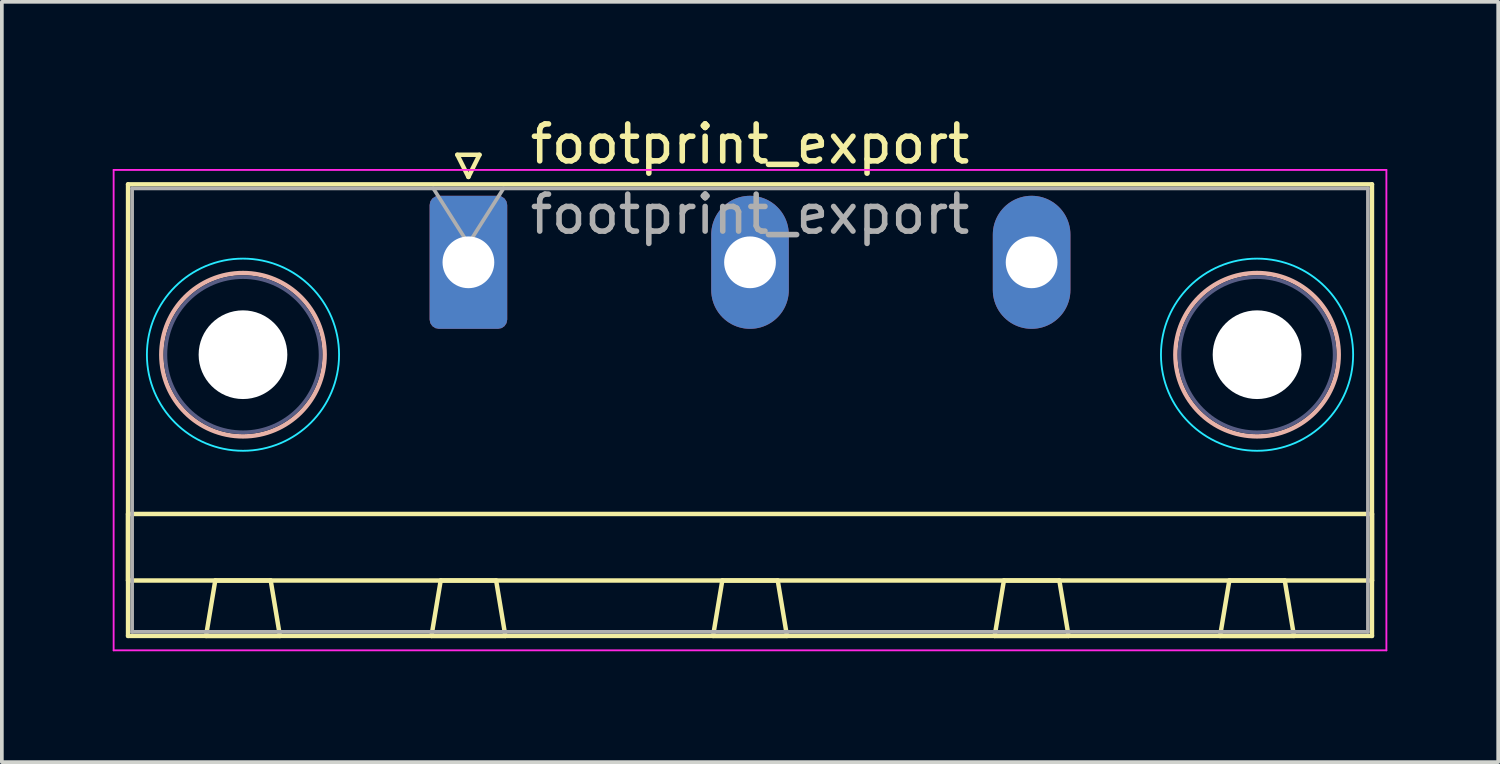
<source format=kicad_pcb>
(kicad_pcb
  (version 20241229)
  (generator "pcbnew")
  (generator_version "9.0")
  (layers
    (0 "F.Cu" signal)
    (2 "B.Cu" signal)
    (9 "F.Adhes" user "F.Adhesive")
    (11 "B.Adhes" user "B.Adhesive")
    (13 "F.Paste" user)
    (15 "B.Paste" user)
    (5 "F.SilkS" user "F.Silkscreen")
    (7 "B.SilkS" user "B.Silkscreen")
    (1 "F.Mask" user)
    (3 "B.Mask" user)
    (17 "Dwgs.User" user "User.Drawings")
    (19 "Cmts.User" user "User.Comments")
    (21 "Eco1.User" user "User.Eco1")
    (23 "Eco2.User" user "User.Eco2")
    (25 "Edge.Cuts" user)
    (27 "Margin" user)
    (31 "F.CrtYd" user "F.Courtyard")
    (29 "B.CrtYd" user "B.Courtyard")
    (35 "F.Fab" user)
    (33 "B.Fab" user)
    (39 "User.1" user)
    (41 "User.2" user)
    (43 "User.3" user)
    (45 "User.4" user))
  (footprint "footprint_export"
    (layer "F.Cu")
    (at 9.625 4.048)
    (property "Reference" "footprint_export" (at 7.62 -3.2 0) (layer "F.SilkS") (effects (font (size 1 1) (thickness 0.15))))
    (attr through_hole)
    (fp_line (start -9.21 -2.11) (end -9.21 10.11) (stroke (width 0.12) (type solid)) (layer "F.SilkS"))
    (fp_line (start -9.21 6.81) (end 24.45 6.81) (stroke (width 0.12) (type solid)) (layer "F.SilkS"))
    (fp_line (start -9.21 8.61) (end -9.21 6.81) (stroke (width 0.12) (type solid)) (layer "F.SilkS"))
    (fp_line (start -9.21 10.11) (end 24.45 10.11) (stroke (width 0.12) (type solid)) (layer "F.SilkS"))
    (fp_line (start -7.1 10.11) (end -5.1 10.11) (stroke (width 0.12) (type solid)) (layer "F.SilkS"))
    (fp_line (start -6.85 8.61) (end -7.1 10.11) (stroke (width 0.12) (type solid)) (layer "F.SilkS"))
    (fp_line (start -5.35 8.61) (end -6.85 8.61) (stroke (width 0.12) (type solid)) (layer "F.SilkS"))
    (fp_line (start -5.1 10.11) (end -5.35 8.61) (stroke (width 0.12) (type solid)) (layer "F.SilkS"))
    (fp_line (start -1 10.11) (end 1 10.11) (stroke (width 0.12) (type solid)) (layer "F.SilkS"))
    (fp_line (start -0.75 8.61) (end -1 10.11) (stroke (width 0.12) (type solid)) (layer "F.SilkS"))
    (fp_line (start -0.3 -2.91) (end 0.3 -2.91) (stroke (width 0.12) (type solid)) (layer "F.SilkS"))
    (fp_line (start 0 -2.31) (end -0.3 -2.91) (stroke (width 0.12) (type solid)) (layer "F.SilkS"))
    (fp_line (start 0.3 -2.91) (end 0 -2.31) (stroke (width 0.12) (type solid)) (layer "F.SilkS"))
    (fp_line (start 0.75 8.61) (end -0.75 8.61) (stroke (width 0.12) (type solid)) (layer "F.SilkS"))
    (fp_line (start 1 10.11) (end 0.75 8.61) (stroke (width 0.12) (type solid)) (layer "F.SilkS"))
    (fp_line (start 6.62 10.11) (end 8.62 10.11) (stroke (width 0.12) (type solid)) (layer "F.SilkS"))
    (fp_line (start 6.87 8.61) (end 6.62 10.11) (stroke (width 0.12) (type solid)) (layer "F.SilkS"))
    (fp_line (start 8.37 8.61) (end 6.87 8.61) (stroke (width 0.12) (type solid)) (layer "F.SilkS"))
    (fp_line (start 8.62 10.11) (end 8.37 8.61) (stroke (width 0.12) (type solid)) (layer "F.SilkS"))
    (fp_line (start 14.24 10.11) (end 16.24 10.11) (stroke (width 0.12) (type solid)) (layer "F.SilkS"))
    (fp_line (start 14.49 8.61) (end 14.24 10.11) (stroke (width 0.12) (type solid)) (layer "F.SilkS"))
    (fp_line (start 15.99 8.61) (end 14.49 8.61) (stroke (width 0.12) (type solid)) (layer "F.SilkS"))
    (fp_line (start 16.24 10.11) (end 15.99 8.61) (stroke (width 0.12) (type solid)) (layer "F.SilkS"))
    (fp_line (start 20.34 10.11) (end 22.34 10.11) (stroke (width 0.12) (type solid)) (layer "F.SilkS"))
    (fp_line (start 20.59 8.61) (end 20.34 10.11) (stroke (width 0.12) (type solid)) (layer "F.SilkS"))
    (fp_line (start 22.09 8.61) (end 20.59 8.61) (stroke (width 0.12) (type solid)) (layer "F.SilkS"))
    (fp_line (start 22.34 10.11) (end 22.09 8.61) (stroke (width 0.12) (type solid)) (layer "F.SilkS"))
    (fp_line (start 24.45 -2.11) (end -9.21 -2.11) (stroke (width 0.12) (type solid)) (layer "F.SilkS"))
    (fp_line (start 24.45 6.81) (end 24.45 8.61) (stroke (width 0.12) (type solid)) (layer "F.SilkS"))
    (fp_line (start 24.45 8.61) (end -9.21 8.61) (stroke (width 0.12) (type solid)) (layer "F.SilkS"))
    (fp_line (start 24.45 10.11) (end 24.45 -2.11) (stroke (width 0.12) (type solid)) (layer "F.SilkS"))
    (fp_circle (center -6.1 2.5) (end -3.89 2.5) (stroke (width 0.12) (type solid)) (fill no) (layer "B.SilkS"))
    (fp_circle (center 21.34 2.5) (end 23.55 2.5) (stroke (width 0.12) (type solid)) (fill no) (layer "B.SilkS"))
    (fp_circle (center -6.1 2.5) (end -3.5 2.5) (stroke (width 0.05) (type solid)) (fill no) (layer "B.CrtYd"))
    (fp_circle (center 21.34 2.5) (end 23.94 2.5) (stroke (width 0.05) (type solid)) (fill no) (layer "B.CrtYd"))
    (fp_line (start -9.6 -2.5) (end -9.6 10.5) (stroke (width 0.05) (type solid)) (layer "F.CrtYd"))
    (fp_line (start -9.6 10.5) (end 24.84 10.5) (stroke (width 0.05) (type solid)) (layer "F.CrtYd"))
    (fp_line (start 24.84 -2.5) (end -9.6 -2.5) (stroke (width 0.05) (type solid)) (layer "F.CrtYd"))
    (fp_line (start 24.84 10.5) (end 24.84 -2.5) (stroke (width 0.05) (type solid)) (layer "F.CrtYd"))
    (fp_circle (center -6.1 2.5) (end -4 2.5) (stroke (width 0.1) (type solid)) (fill no) (layer "B.Fab"))
    (fp_circle (center 21.34 2.5) (end 23.44 2.5) (stroke (width 0.1) (type solid)) (fill no) (layer "B.Fab"))
    (fp_line (start -9.1 -2) (end -9.1 10) (stroke (width 0.1) (type solid)) (layer "F.Fab"))
    (fp_line (start -9.1 10) (end 24.34 10) (stroke (width 0.1) (type solid)) (layer "F.Fab"))
    (fp_line (start 0 -0.5) (end -0.95 -2) (stroke (width 0.1) (type solid)) (layer "F.Fab"))
    (fp_line (start 0.95 -2) (end 0 -0.5) (stroke (width 0.1) (type solid)) (layer "F.Fab"))
    (fp_line (start 24.34 -2) (end -9.1 -2) (stroke (width 0.1) (type solid)) (layer "F.Fab"))
    (fp_line (start 24.34 10) (end 24.34 -2) (stroke (width 0.1) (type solid)) (layer "F.Fab"))
    (fp_text user "${REFERENCE}" (at 7.62 -1.3 0) (layer "F.Fab") (effects (font (size 1 1) (thickness 0.15))))
    (pad "" np_thru_hole circle (at -6.1 2.5) (size 2.4 2.4) (drill 2.4) (layers "*.Cu" "*.Mask"))
    (pad "" np_thru_hole circle (at 21.34 2.5) (size 2.4 2.4) (drill 2.4) (layers "*.Cu" "*.Mask"))
    (pad "1" thru_hole roundrect (at 0 0) (size 2.1 3.6) (drill 1.4) (layers "*.Cu" "*.Mask") (roundrect_rratio 0.119))
    (pad "2" thru_hole oval (at 7.62 0) (size 2.1 3.6) (drill 1.4) (layers "*.Cu" "*.Mask"))
    (pad "3" thru_hole oval (at 15.24 0) (size 2.1 3.6) (drill 1.4) (layers "*.Cu" "*.Mask")))
  (gr_rect
    (start -3 -3)
    (end 37.49 17.573)
    (stroke (width 0.1) (type default))
    (fill no)
    (layer "Edge.Cuts")))
</source>
